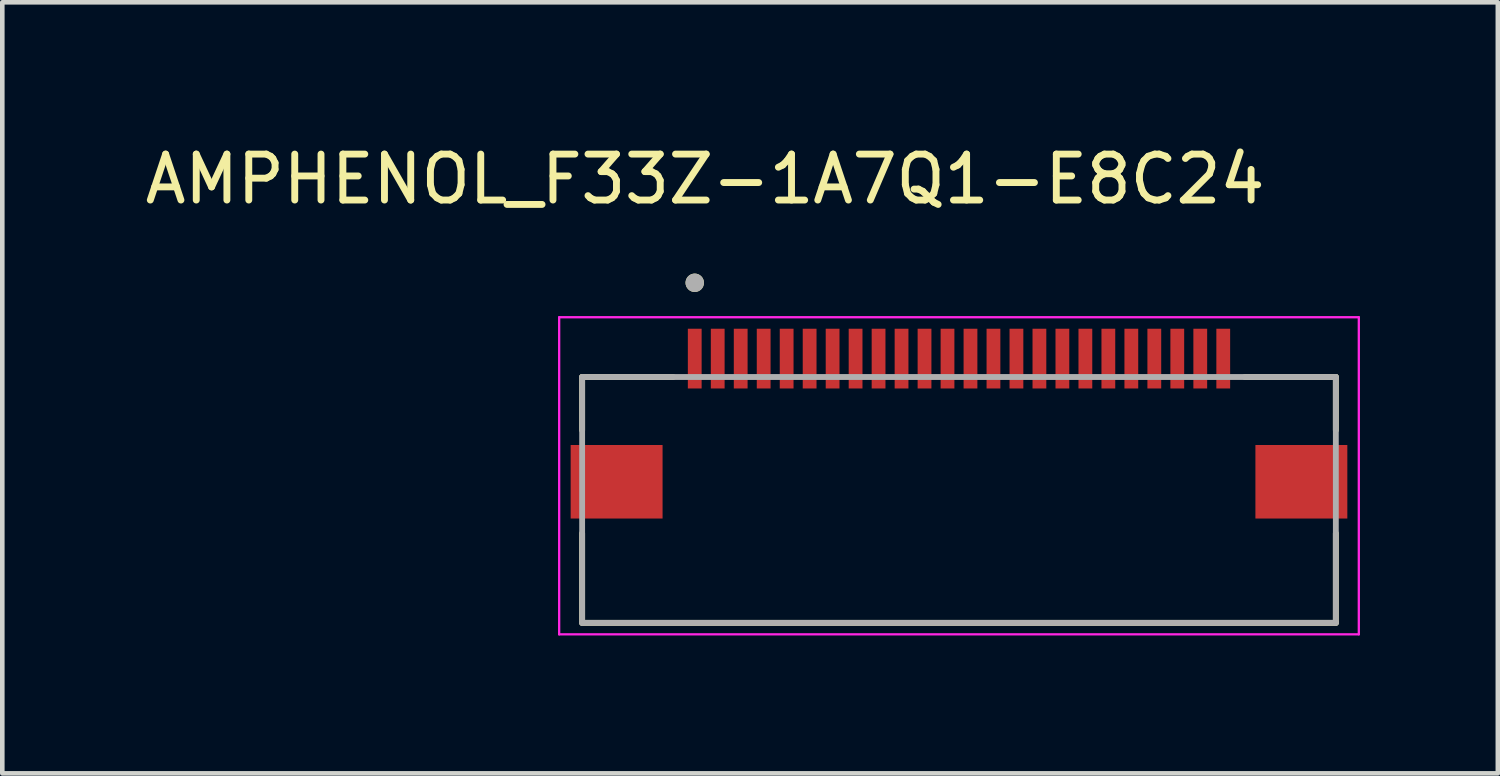
<source format=kicad_pcb>
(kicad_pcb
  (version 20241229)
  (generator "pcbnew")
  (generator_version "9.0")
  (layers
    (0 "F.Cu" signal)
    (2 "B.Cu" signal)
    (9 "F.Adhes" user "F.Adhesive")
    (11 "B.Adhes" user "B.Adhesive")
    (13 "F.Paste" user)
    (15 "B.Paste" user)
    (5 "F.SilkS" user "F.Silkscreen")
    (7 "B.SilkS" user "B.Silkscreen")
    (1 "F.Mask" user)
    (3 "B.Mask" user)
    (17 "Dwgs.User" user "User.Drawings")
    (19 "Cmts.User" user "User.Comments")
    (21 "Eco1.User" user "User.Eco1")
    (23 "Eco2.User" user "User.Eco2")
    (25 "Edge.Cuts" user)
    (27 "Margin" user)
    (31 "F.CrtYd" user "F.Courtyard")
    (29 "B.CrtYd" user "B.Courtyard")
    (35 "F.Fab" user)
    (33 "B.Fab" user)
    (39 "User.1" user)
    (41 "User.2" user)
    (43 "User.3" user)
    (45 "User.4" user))
  (footprint "AMPHENOL_F33Z-1A7Q1-E8C24"
    (layer "F.Cu")
    (at 17.817 7.433)
    (property "Reference" "AMPHENOL_F33Z-1A7Q1-E8C24" (at -5.525 -6.585 0) (layer "F.SilkS") (effects (font (size 1 1) (thickness 0.15))))
    (attr smd)
    (fp_line (start -8.2 -2.28) (end -6.22 -2.28) (stroke (width 0.127) (type solid)) (layer "F.SilkS"))
    (fp_line (start -8.2 -1.12) (end -8.2 -2.28) (stroke (width 0.127) (type solid)) (layer "F.SilkS"))
    (fp_line (start -8.2 3.07) (end -8.2 1.12) (stroke (width 0.127) (type solid)) (layer "F.SilkS"))
    (fp_line (start 6.22 -2.28) (end 8.2 -2.28) (stroke (width 0.127) (type solid)) (layer "F.SilkS"))
    (fp_line (start 8.2 -2.28) (end 8.2 -1.12) (stroke (width 0.127) (type solid)) (layer "F.SilkS"))
    (fp_line (start 8.2 3.07) (end -8.2 3.07) (stroke (width 0.127) (type solid)) (layer "F.SilkS"))
    (fp_line (start 8.2 3.07) (end 8.2 1.12) (stroke (width 0.127) (type solid)) (layer "F.SilkS"))
    (fp_circle (center -5.75 -4.33) (end -5.65 -4.33) (stroke (width 0.2) (type solid)) (fill no) (layer "F.SilkS"))
    (fp_line (start -8.7 -3.58) (end -8.7 3.32) (stroke (width 0.05) (type solid)) (layer "F.CrtYd"))
    (fp_line (start -8.7 3.32) (end 8.7 3.32) (stroke (width 0.05) (type solid)) (layer "F.CrtYd"))
    (fp_line (start 8.7 -3.58) (end -8.7 -3.58) (stroke (width 0.05) (type solid)) (layer "F.CrtYd"))
    (fp_line (start 8.7 3.32) (end 8.7 -3.58) (stroke (width 0.05) (type solid)) (layer "F.CrtYd"))
    (fp_line (start -8.2 -2.28) (end 8.2 -2.28) (stroke (width 0.127) (type solid)) (layer "F.Fab"))
    (fp_line (start -8.2 3.07) (end -8.2 -2.28) (stroke (width 0.127) (type solid)) (layer "F.Fab"))
    (fp_line (start 8.2 -2.28) (end 8.2 3.07) (stroke (width 0.127) (type solid)) (layer "F.Fab"))
    (fp_line (start 8.2 3.07) (end -8.2 3.07) (stroke (width 0.127) (type solid)) (layer "F.Fab"))
    (fp_circle (center -5.75 -4.33) (end -5.65 -4.33) (stroke (width 0.2) (type solid)) (fill no) (layer "F.Fab"))
    (pad "1" smd rect (at -5.75 -2.68) (size 0.3 1.3) (layers "F.Cu" "F.Mask" "F.Paste"))
    (pad "2" smd rect (at -5.25 -2.68) (size 0.3 1.3) (layers "F.Cu" "F.Mask" "F.Paste"))
    (pad "3" smd rect (at -4.75 -2.68) (size 0.3 1.3) (layers "F.Cu" "F.Mask" "F.Paste"))
    (pad "4" smd rect (at -4.25 -2.68) (size 0.3 1.3) (layers "F.Cu" "F.Mask" "F.Paste"))
    (pad "5" smd rect (at -3.75 -2.68) (size 0.3 1.3) (layers "F.Cu" "F.Mask" "F.Paste"))
    (pad "6" smd rect (at -3.25 -2.68) (size 0.3 1.3) (layers "F.Cu" "F.Mask" "F.Paste"))
    (pad "7" smd rect (at -2.75 -2.68) (size 0.3 1.3) (layers "F.Cu" "F.Mask" "F.Paste"))
    (pad "8" smd rect (at -2.25 -2.68) (size 0.3 1.3) (layers "F.Cu" "F.Mask" "F.Paste"))
    (pad "9" smd rect (at -1.75 -2.68) (size 0.3 1.3) (layers "F.Cu" "F.Mask" "F.Paste"))
    (pad "10" smd rect (at -1.25 -2.68) (size 0.3 1.3) (layers "F.Cu" "F.Mask" "F.Paste"))
    (pad "11" smd rect (at -0.75 -2.68) (size 0.3 1.3) (layers "F.Cu" "F.Mask" "F.Paste"))
    (pad "12" smd rect (at -0.25 -2.68) (size 0.3 1.3) (layers "F.Cu" "F.Mask" "F.Paste"))
    (pad "13" smd rect (at 0.25 -2.68) (size 0.3 1.3) (layers "F.Cu" "F.Mask" "F.Paste"))
    (pad "14" smd rect (at 0.75 -2.68) (size 0.3 1.3) (layers "F.Cu" "F.Mask" "F.Paste"))
    (pad "15" smd rect (at 1.25 -2.68) (size 0.3 1.3) (layers "F.Cu" "F.Mask" "F.Paste"))
    (pad "16" smd rect (at 1.75 -2.68) (size 0.3 1.3) (layers "F.Cu" "F.Mask" "F.Paste"))
    (pad "17" smd rect (at 2.25 -2.68) (size 0.3 1.3) (layers "F.Cu" "F.Mask" "F.Paste"))
    (pad "18" smd rect (at 2.75 -2.68) (size 0.3 1.3) (layers "F.Cu" "F.Mask" "F.Paste"))
    (pad "19" smd rect (at 3.25 -2.68) (size 0.3 1.3) (layers "F.Cu" "F.Mask" "F.Paste"))
    (pad "20" smd rect (at 3.75 -2.68) (size 0.3 1.3) (layers "F.Cu" "F.Mask" "F.Paste"))
    (pad "21" smd rect (at 4.25 -2.68) (size 0.3 1.3) (layers "F.Cu" "F.Mask" "F.Paste"))
    (pad "22" smd rect (at 4.75 -2.68) (size 0.3 1.3) (layers "F.Cu" "F.Mask" "F.Paste"))
    (pad "23" smd rect (at 5.25 -2.68) (size 0.3 1.3) (layers "F.Cu" "F.Mask" "F.Paste"))
    (pad "24" smd rect (at 5.75 -2.68) (size 0.3 1.3) (layers "F.Cu" "F.Mask" "F.Paste"))
    (pad "SH1" smd rect (at -7.45 0) (size 2 1.6) (layers "F.Cu" "F.Mask" "F.Paste"))
    (pad "SH2" smd rect (at 7.45 0) (size 2 1.6) (layers "F.Cu" "F.Mask" "F.Paste")))
  (gr_rect
    (start -3 -3)
    (end 29.542 13.778)
    (stroke (width 0.1) (type default))
    (fill no)
    (layer "Edge.Cuts")))
</source>
